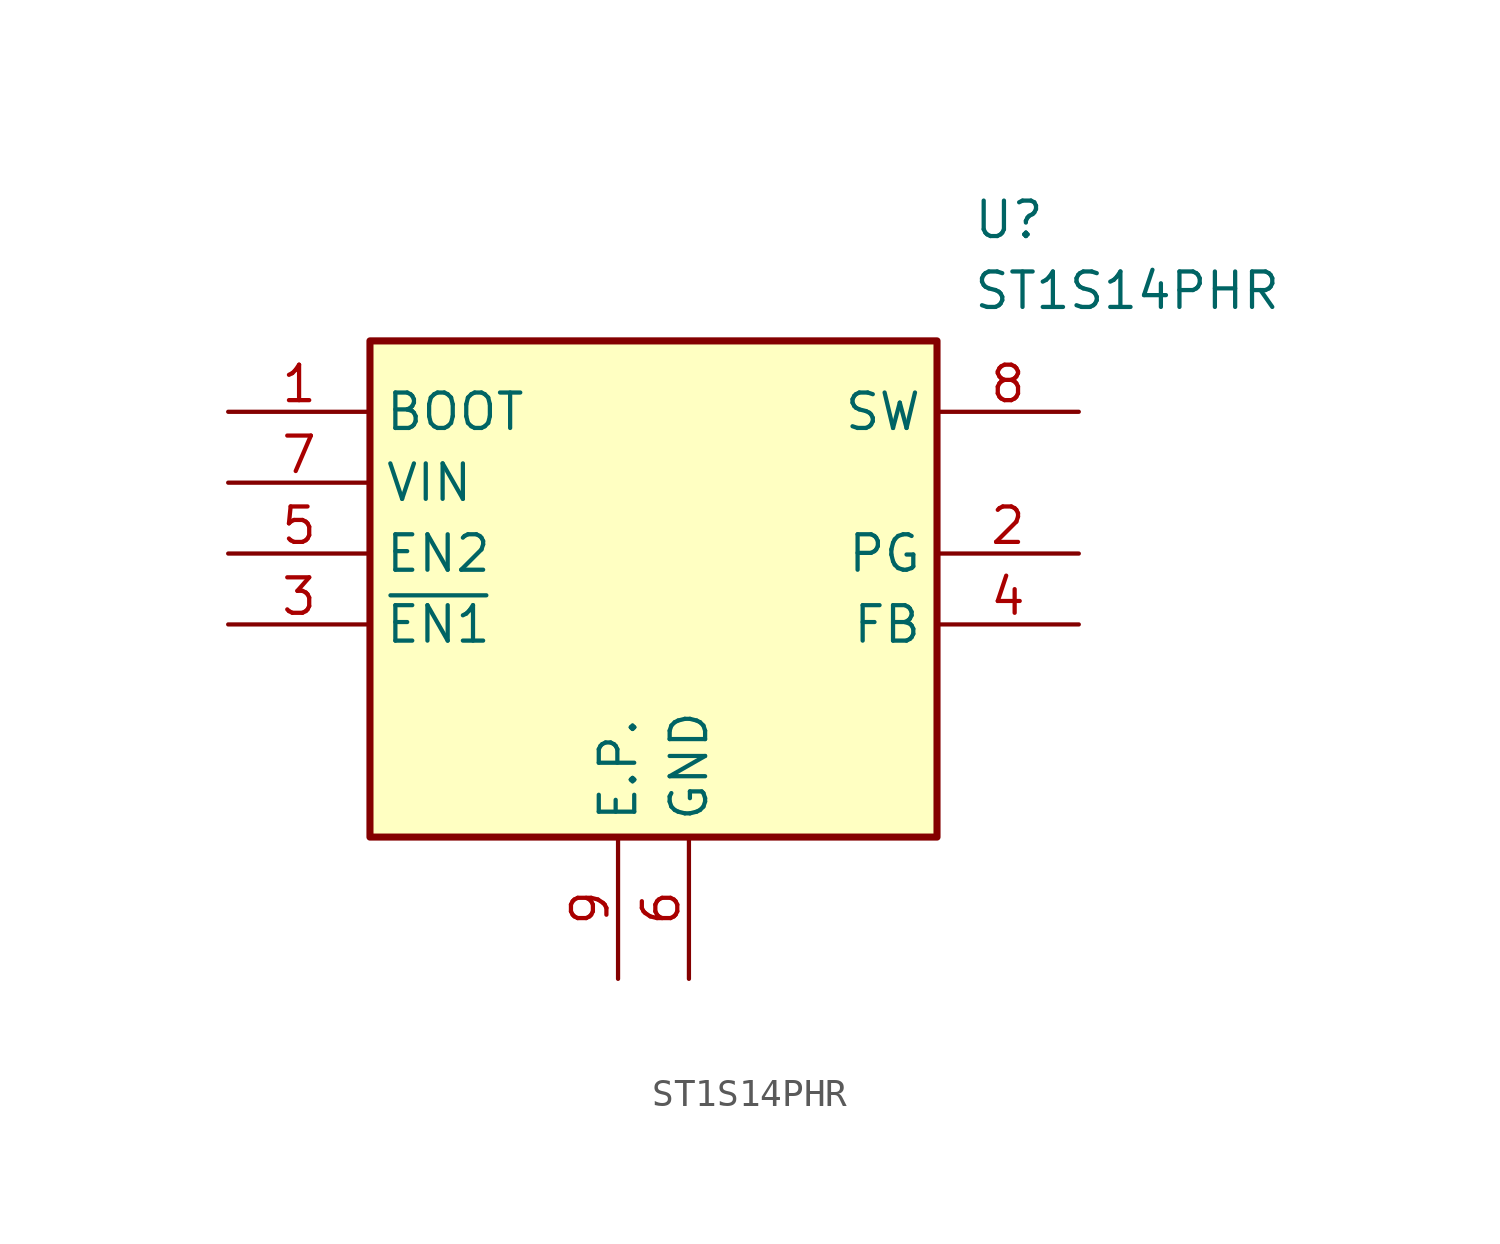
<source format=kicad_sym>
(kicad_symbol_lib
  (version 20241209)
  (generator "kicad_symbol_editor")
  (generator_version "9.0")
  (symbol "ST1S14PHR"
    (property "Reference" "U"
      (at 26.67 7.62 0)
      (effects (font (size 1.27 1.27)) (justify left top)))
    (property "Value" "ST1S14PHR"
      (at 26.67 5.08 0)
      (effects (font (size 1.27 1.27)) (justify left top)))
    (symbol "ST1S14PHR_1_1"
      (rectangle (start 5.08 2.54) (end 25.4 -15.24) (stroke (width 0.254) (type default)) (fill (type background)))
      (pin passive line (at 0 0 0) (length 5.08) (name "BOOT" (effects (font (size 1.27 1.27)))) (number "1" (effects (font (size 1.27 1.27)))))
      (pin passive line (at 0 -2.54 0) (length 5.08) (name "VIN" (effects (font (size 1.27 1.27)))) (number "7" (effects (font (size 1.27 1.27)))))
      (pin passive line (at 0 -5.08 0) (length 5.08) (name "EN2" (effects (font (size 1.27 1.27)))) (number "5" (effects (font (size 1.27 1.27)))))
      (pin passive line (at 0 -7.62 0) (length 5.08) (name "~{EN1}" (effects (font (size 1.27 1.27)))) (number "3" (effects (font (size 1.27 1.27)))))
      (pin passive line (at 13.97 -20.32 90) (length 5.08) (name "E.P." (effects (font (size 1.27 1.27)))) (number "9" (effects (font (size 1.27 1.27)))))
      (pin passive line (at 16.51 -20.32 90) (length 5.08) (name "GND" (effects (font (size 1.27 1.27)))) (number "6" (effects (font (size 1.27 1.27)))))
      (pin passive line (at 30.48 0 180) (length 5.08) (name "SW" (effects (font (size 1.27 1.27)))) (number "8" (effects (font (size 1.27 1.27)))))
      (pin passive line (at 30.48 -5.08 180) (length 5.08) (name "PG" (effects (font (size 1.27 1.27)))) (number "2" (effects (font (size 1.27 1.27)))))
      (pin passive line (at 30.48 -7.62 180) (length 5.08) (name "FB" (effects (font (size 1.27 1.27)))) (number "4" (effects (font (size 1.27 1.27))))))))
</source>
